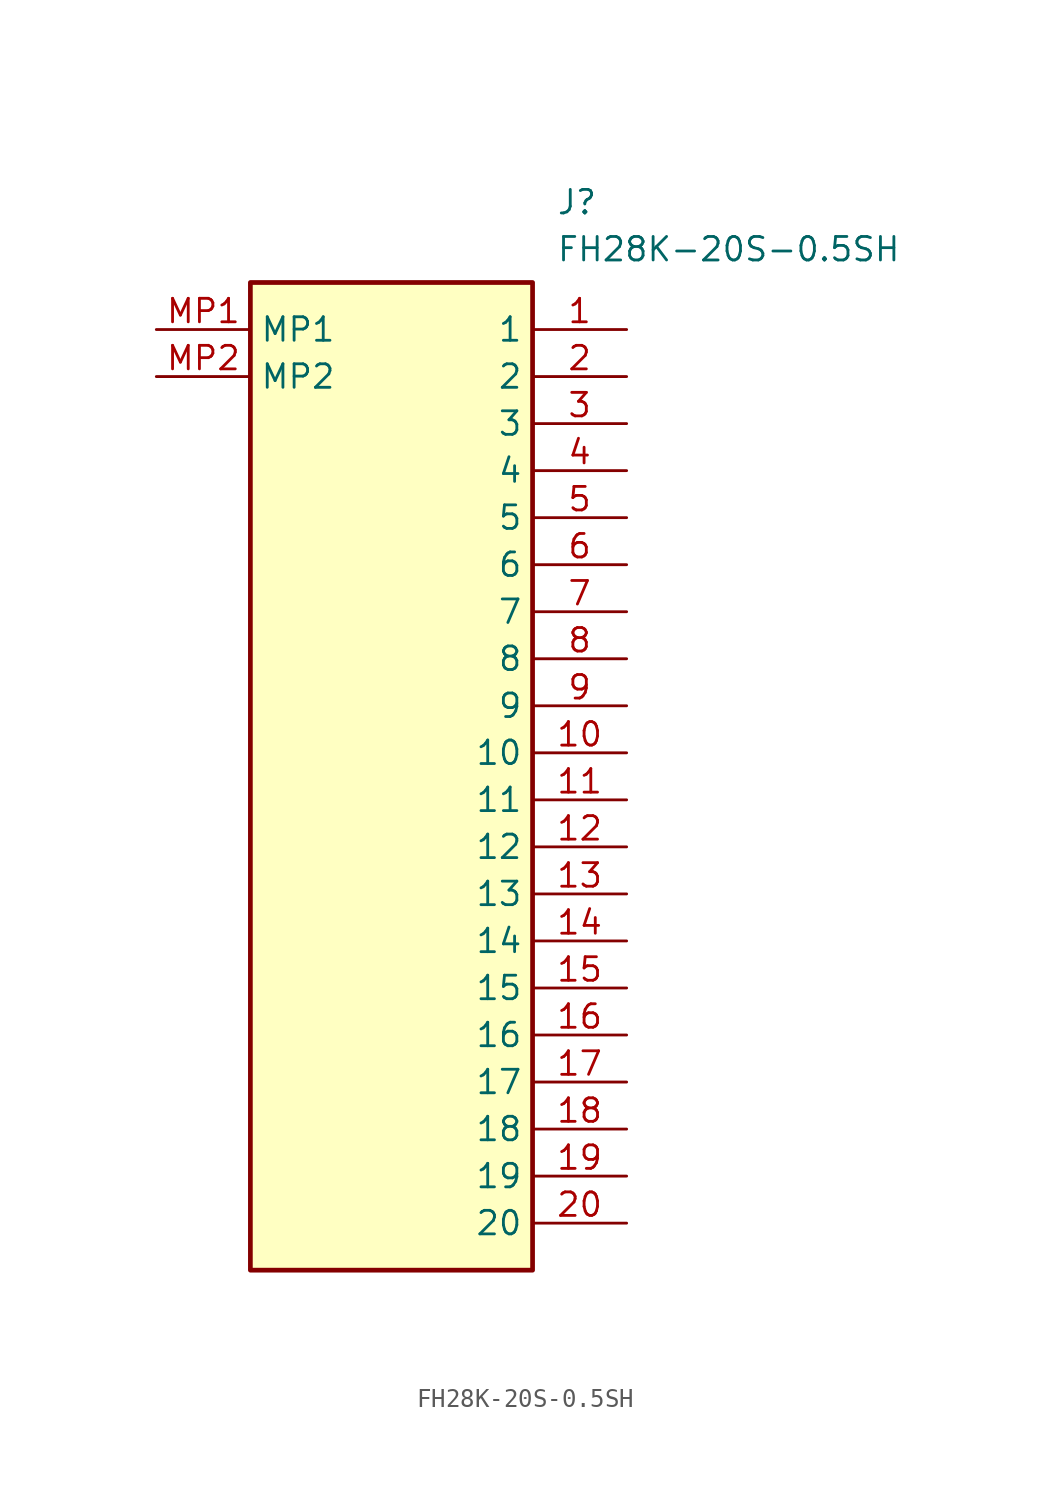
<source format=kicad_sym>
(kicad_symbol_lib
  (version 20211014)
  (generator SamacSys_ECAD_Model)
  (symbol "FH28K-20S-0.5SH"
    (property "Reference" "J"
      (at 21.59 7.62 0)
      (effects (font (size 1.27 1.27)) (justify left top)))
    (property "Value" "FH28K-20S-0.5SH"
      (at 21.59 5.08 0)
      (effects (font (size 1.27 1.27)) (justify left top)))
    (rectangle
      (start 5.08 2.54)
      (end 20.32 -50.8)
      (stroke (width 0.254) (type default))
      (fill (type background)))
    (pin passive line
      (at 25.4 0 180)
      (length 5.08)
      (name "1" (effects (font (size 1.27 1.27))))
      (number "1" (effects (font (size 1.27 1.27)))))
    (pin passive line
      (at 25.4 -2.54 180)
      (length 5.08)
      (name "2" (effects (font (size 1.27 1.27))))
      (number "2" (effects (font (size 1.27 1.27)))))
    (pin passive line
      (at 25.4 -5.08 180)
      (length 5.08)
      (name "3" (effects (font (size 1.27 1.27))))
      (number "3" (effects (font (size 1.27 1.27)))))
    (pin passive line
      (at 25.4 -7.62 180)
      (length 5.08)
      (name "4" (effects (font (size 1.27 1.27))))
      (number "4" (effects (font (size 1.27 1.27)))))
    (pin passive line
      (at 25.4 -10.16 180)
      (length 5.08)
      (name "5" (effects (font (size 1.27 1.27))))
      (number "5" (effects (font (size 1.27 1.27)))))
    (pin passive line
      (at 25.4 -12.7 180)
      (length 5.08)
      (name "6" (effects (font (size 1.27 1.27))))
      (number "6" (effects (font (size 1.27 1.27)))))
    (pin passive line
      (at 25.4 -15.24 180)
      (length 5.08)
      (name "7" (effects (font (size 1.27 1.27))))
      (number "7" (effects (font (size 1.27 1.27)))))
    (pin passive line
      (at 25.4 -17.78 180)
      (length 5.08)
      (name "8" (effects (font (size 1.27 1.27))))
      (number "8" (effects (font (size 1.27 1.27)))))
    (pin passive line
      (at 25.4 -20.32 180)
      (length 5.08)
      (name "9" (effects (font (size 1.27 1.27))))
      (number "9" (effects (font (size 1.27 1.27)))))
    (pin passive line
      (at 25.4 -22.86 180)
      (length 5.08)
      (name "10" (effects (font (size 1.27 1.27))))
      (number "10" (effects (font (size 1.27 1.27)))))
    (pin passive line
      (at 25.4 -25.4 180)
      (length 5.08)
      (name "11" (effects (font (size 1.27 1.27))))
      (number "11" (effects (font (size 1.27 1.27)))))
    (pin passive line
      (at 25.4 -27.94 180)
      (length 5.08)
      (name "12" (effects (font (size 1.27 1.27))))
      (number "12" (effects (font (size 1.27 1.27)))))
    (pin passive line
      (at 25.4 -30.48 180)
      (length 5.08)
      (name "13" (effects (font (size 1.27 1.27))))
      (number "13" (effects (font (size 1.27 1.27)))))
    (pin passive line
      (at 25.4 -33.02 180)
      (length 5.08)
      (name "14" (effects (font (size 1.27 1.27))))
      (number "14" (effects (font (size 1.27 1.27)))))
    (pin passive line
      (at 25.4 -35.56 180)
      (length 5.08)
      (name "15" (effects (font (size 1.27 1.27))))
      (number "15" (effects (font (size 1.27 1.27)))))
    (pin passive line
      (at 25.4 -38.1 180)
      (length 5.08)
      (name "16" (effects (font (size 1.27 1.27))))
      (number "16" (effects (font (size 1.27 1.27)))))
    (pin passive line
      (at 25.4 -40.64 180)
      (length 5.08)
      (name "17" (effects (font (size 1.27 1.27))))
      (number "17" (effects (font (size 1.27 1.27)))))
    (pin passive line
      (at 25.4 -43.18 180)
      (length 5.08)
      (name "18" (effects (font (size 1.27 1.27))))
      (number "18" (effects (font (size 1.27 1.27)))))
    (pin passive line
      (at 25.4 -45.72 180)
      (length 5.08)
      (name "19" (effects (font (size 1.27 1.27))))
      (number "19" (effects (font (size 1.27 1.27)))))
    (pin passive line
      (at 25.4 -48.26 180)
      (length 5.08)
      (name "20" (effects (font (size 1.27 1.27))))
      (number "20" (effects (font (size 1.27 1.27)))))
    (pin passive line
      (at 0 0 0)
      (length 5.08)
      (name "MP1" (effects (font (size 1.27 1.27))))
      (number "MP1" (effects (font (size 1.27 1.27)))))
    (pin passive line
      (at 0 -2.54 0)
      (length 5.08)
      (name "MP2" (effects (font (size 1.27 1.27))))
      (number "MP2" (effects (font (size 1.27 1.27)))))))
</source>
